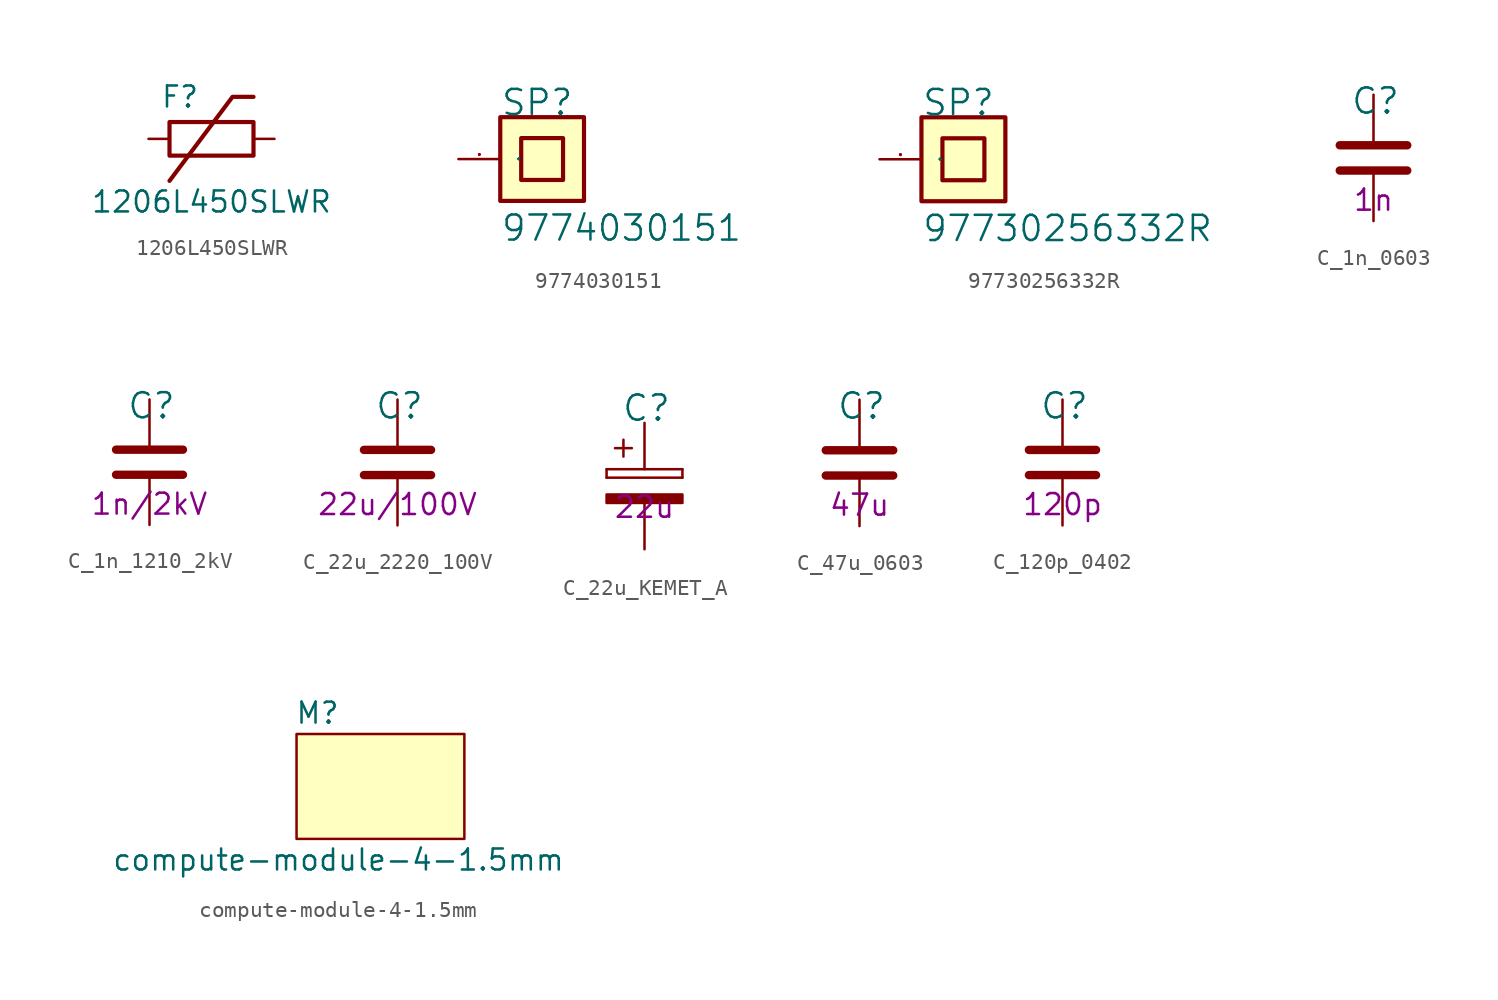
<source format=kicad_sym>
(kicad_symbol_lib
  (version 20211014)
  (generator kicad_symbol_editor)
  (symbol "1206L450SLWR"
    (pin_names
      (offset 1.016))
    (property "Reference" "F"
      (at -1.905 2.54 0)
      (effects (font (size 1.27 1.27))))
    (property "Value" "1206L450SLWR"
      (at 0 -3.81 0)
      (effects (font (size 1.27 1.27))))
    (symbol "1206L450SLWR_0_1"
      (polyline (pts (xy 2.54 2.54) (xy 1.27 2.54) (xy -2.54 -2.54)) (stroke (width 0.254) (type default) (color 0 0 0 0)) (fill (type none))))
    (symbol "1206L450SLWR_1_1"
      (rectangle (start 2.54 -1.016) (end -2.54 1.016) (stroke (width 0.254) (type default) (color 0 0 0 0)) (fill (type none)))
      (pin passive line (at -3.81 0 0) (length 1.27) (name "~" (effects (font (size 0 0)))) (number "1" (effects (font (size 0 0)))))
      (pin passive line (at 3.81 0 180) (length 1.27) (name "~" (effects (font (size 0 0)))) (number "2" (effects (font (size 0 0)))))))
  (symbol "9774030151"
    (pin_names
      (offset 1.016))
    (property "Reference" "SP"
      (at -2.54 2.54 0)
      (effects (font (size 1.524 1.524)) (justify left bottom)))
    (property "Value" "9774030151"
      (at -2.54 -5.08 0)
      (effects (font (size 1.524 1.524)) (justify left bottom)))
    (symbol "9774030151_0_1"
      (rectangle (start -2.54 -2.54) (end 2.54 2.54) (stroke (width 0.254) (type default) (color 0 0 0 0)) (fill (type background)))
      (rectangle (start -1.27 -1.27) (end 1.27 1.27) (stroke (width 0.254) (type default) (color 0 0 0 0)) (fill (type background)))
      (pin passive line (at -5.08 0 0) (length 2.54) (name "1" (effects (font (size 0.025 0.025)))) (number "1" (effects (font (size 0.025 0.025)))))))
  (symbol "97730256332R"
    (pin_names
      (offset 1.016))
    (property "Reference" "SP"
      (at -2.54 2.54 0)
      (effects (font (size 1.524 1.524)) (justify left bottom)))
    (property "Value" "97730256332R"
      (at -2.54 -5.08 0)
      (effects (font (size 1.524 1.524)) (justify left bottom)))
    (symbol "97730256332R_0_1"
      (rectangle (start -2.54 -2.54) (end 2.54 2.54) (stroke (width 0.254) (type default) (color 0 0 0 0)) (fill (type background)))
      (rectangle (start -1.27 -1.27) (end 1.27 1.27) (stroke (width 0.254) (type default) (color 0 0 0 0)) (fill (type background)))
      (pin passive line (at -5.08 0 0) (length 2.54) (name "1" (effects (font (size 0.025 0.025)))) (number "1" (effects (font (size 0.025 0.025)))))))
  (symbol "C_1n_0603"
    (pin_names
      (offset 0))
    (property "Reference" "C"
      (at -1.397 3.429 0)
      (effects (font (size 1.524 1.524)) (justify left)))
    (property "Val" "1n"
      (at 0 -2.54 0)
      (effects (font (size 1.27 1.27))))
    (symbol "C_1n_0603_1_1"
      (polyline (pts (xy -2.032 -0.762) (xy 2.032 -0.762)) (stroke (width 0.508) (type default) (color 0 0 0 0)) (fill (type none)))
      (polyline (pts (xy -2.032 0.762) (xy 2.032 0.762)) (stroke (width 0.508) (type default) (color 0 0 0 0)) (fill (type none)))
      (pin passive line (at 0 3.81 270) (length 2.794) (name "~" (effects (font (size 0 0)))) (number "1" (effects (font (size 0 0)))))
      (pin passive line (at 0 -3.81 90) (length 2.794) (name "~" (effects (font (size 0 0)))) (number "2" (effects (font (size 0 0)))))))
  (symbol "C_1n_1210_2kV"
    (pin_names
      (offset 0))
    (property "Reference" "C"
      (at -1.397 3.429 0)
      (effects (font (size 1.524 1.524)) (justify left)))
    (property "Val" "1n/2kV"
      (at 0 -2.54 0)
      (effects (font (size 1.27 1.27))))
    (symbol "C_1n_1210_2kV_1_1"
      (polyline (pts (xy -2.032 -0.762) (xy 2.032 -0.762)) (stroke (width 0.508) (type default) (color 0 0 0 0)) (fill (type none)))
      (polyline (pts (xy -2.032 0.762) (xy 2.032 0.762)) (stroke (width 0.508) (type default) (color 0 0 0 0)) (fill (type none)))
      (pin passive line (at 0 3.81 270) (length 2.794) (name "~" (effects (font (size 0 0)))) (number "1" (effects (font (size 0 0)))))
      (pin passive line (at 0 -3.81 90) (length 2.794) (name "~" (effects (font (size 0 0)))) (number "2" (effects (font (size 0 0)))))))
  (symbol "C_22u_2220_100V"
    (pin_names
      (offset 0))
    (property "Reference" "C"
      (at -1.397 3.429 0)
      (effects (font (size 1.524 1.524)) (justify left)))
    (property "Val" "22u/100V"
      (at 0 -2.54 0)
      (effects (font (size 1.27 1.27))))
    (symbol "C_22u_2220_100V_1_1"
      (polyline (pts (xy -2.032 -0.762) (xy 2.032 -0.762)) (stroke (width 0.508) (type default) (color 0 0 0 0)) (fill (type none)))
      (polyline (pts (xy -2.032 0.762) (xy 2.032 0.762)) (stroke (width 0.508) (type default) (color 0 0 0 0)) (fill (type none)))
      (pin passive line (at 0 3.81 270) (length 2.794) (name "~" (effects (font (size 0 0)))) (number "1" (effects (font (size 0 0)))))
      (pin passive line (at 0 -3.81 90) (length 2.794) (name "~" (effects (font (size 0 0)))) (number "2" (effects (font (size 0 0)))))))
  (symbol "C_22u_KEMET_A"
    (pin_names
      (offset 0))
    (property "Reference" "C"
      (at -1.397 3.429 0)
      (effects (font (size 1.524 1.524)) (justify left)))
    (property "Val" "22u"
      (at 0 -2.54 0)
      (effects (font (size 1.27 1.27))))
    (symbol "C_22u_KEMET_A_1_1"
      (rectangle (start -2.286 -0.762) (end -2.286 -0.254) (stroke (width 0) (type default) (color 0 0 0 0)) (fill (type none)))
      (rectangle (start -2.286 -0.762) (end 2.286 -0.762) (stroke (width 0) (type default) (color 0 0 0 0)) (fill (type none)))
      (polyline (pts (xy -1.778 1.016) (xy -0.762 1.016)) (stroke (width 0) (type default) (color 0 0 0 0)) (fill (type none)))
      (polyline (pts (xy -1.27 1.524) (xy -1.27 0.508)) (stroke (width 0) (type default) (color 0 0 0 0)) (fill (type none)))
      (rectangle (start 2.286 -1.778) (end -2.286 -2.286) (stroke (width 0) (type default) (color 0 0 0 0)) (fill (type outline)))
      (rectangle (start 2.286 -0.254) (end -2.286 -0.254) (stroke (width 0) (type default) (color 0 0 0 0)) (fill (type none)))
      (rectangle (start 2.286 -0.254) (end 2.286 -0.762) (stroke (width 0) (type default) (color 0 0 0 0)) (fill (type none)))
      (pin passive line (at 0 2.54 270) (length 2.794) (name "~" (effects (font (size 0 0)))) (number "1" (effects (font (size 0 0)))))
      (pin passive line (at 0 -5.08 90) (length 2.794) (name "~" (effects (font (size 0 0)))) (number "2" (effects (font (size 0 0)))))))
  (symbol "C_47u_0603"
    (pin_names
      (offset 0))
    (property "Reference" "C"
      (at -1.397 3.429 0)
      (effects (font (size 1.524 1.524)) (justify left)))
    (property "Val" "47u"
      (at 0 -2.54 0)
      (effects (font (size 1.27 1.27))))
    (symbol "C_47u_0603_1_1"
      (polyline (pts (xy -2.032 -0.762) (xy 2.032 -0.762)) (stroke (width 0.508) (type default) (color 0 0 0 0)) (fill (type none)))
      (polyline (pts (xy -2.032 0.762) (xy 2.032 0.762)) (stroke (width 0.508) (type default) (color 0 0 0 0)) (fill (type none)))
      (pin passive line (at 0 3.81 270) (length 2.794) (name "~" (effects (font (size 0 0)))) (number "1" (effects (font (size 0 0)))))
      (pin passive line (at 0 -3.81 90) (length 2.794) (name "~" (effects (font (size 0 0)))) (number "2" (effects (font (size 0 0)))))))
  (symbol "C_120p_0402"
    (pin_names
      (offset 0))
    (property "Reference" "C"
      (at -1.397 3.429 0)
      (effects (font (size 1.524 1.524)) (justify left)))
    (property "Val" "120p"
      (at 0 -2.54 0)
      (effects (font (size 1.27 1.27))))
    (symbol "C_120p_0402_1_1"
      (polyline (pts (xy -2.032 -0.762) (xy 2.032 -0.762)) (stroke (width 0.508) (type default) (color 0 0 0 0)) (fill (type none)))
      (polyline (pts (xy -2.032 0.762) (xy 2.032 0.762)) (stroke (width 0.508) (type default) (color 0 0 0 0)) (fill (type none)))
      (pin passive line (at 0 3.81 270) (length 2.794) (name "~" (effects (font (size 0 0)))) (number "1" (effects (font (size 0 0)))))
      (pin passive line (at 0 -3.81 90) (length 2.794) (name "~" (effects (font (size 0 0)))) (number "2" (effects (font (size 0 0)))))))
  (symbol "compute-module-4-1.5mm"
    (pin_names
      (offset 1.016))
    (property "Reference" "M"
      (at 1.27 7.62 0)
      (effects (font (size 1.27 1.27))))
    (property "Value" "compute-module-4-1.5mm"
      (at 2.54 -1.27 0)
      (effects (font (size 1.27 1.27))))
    (symbol "compute-module-4-1.5mm_0_1"
      (rectangle (start 10.16 0) (end 0 6.35) (stroke (width 0) (type default) (color 0 0 0 0)) (fill (type background))))))
</source>
